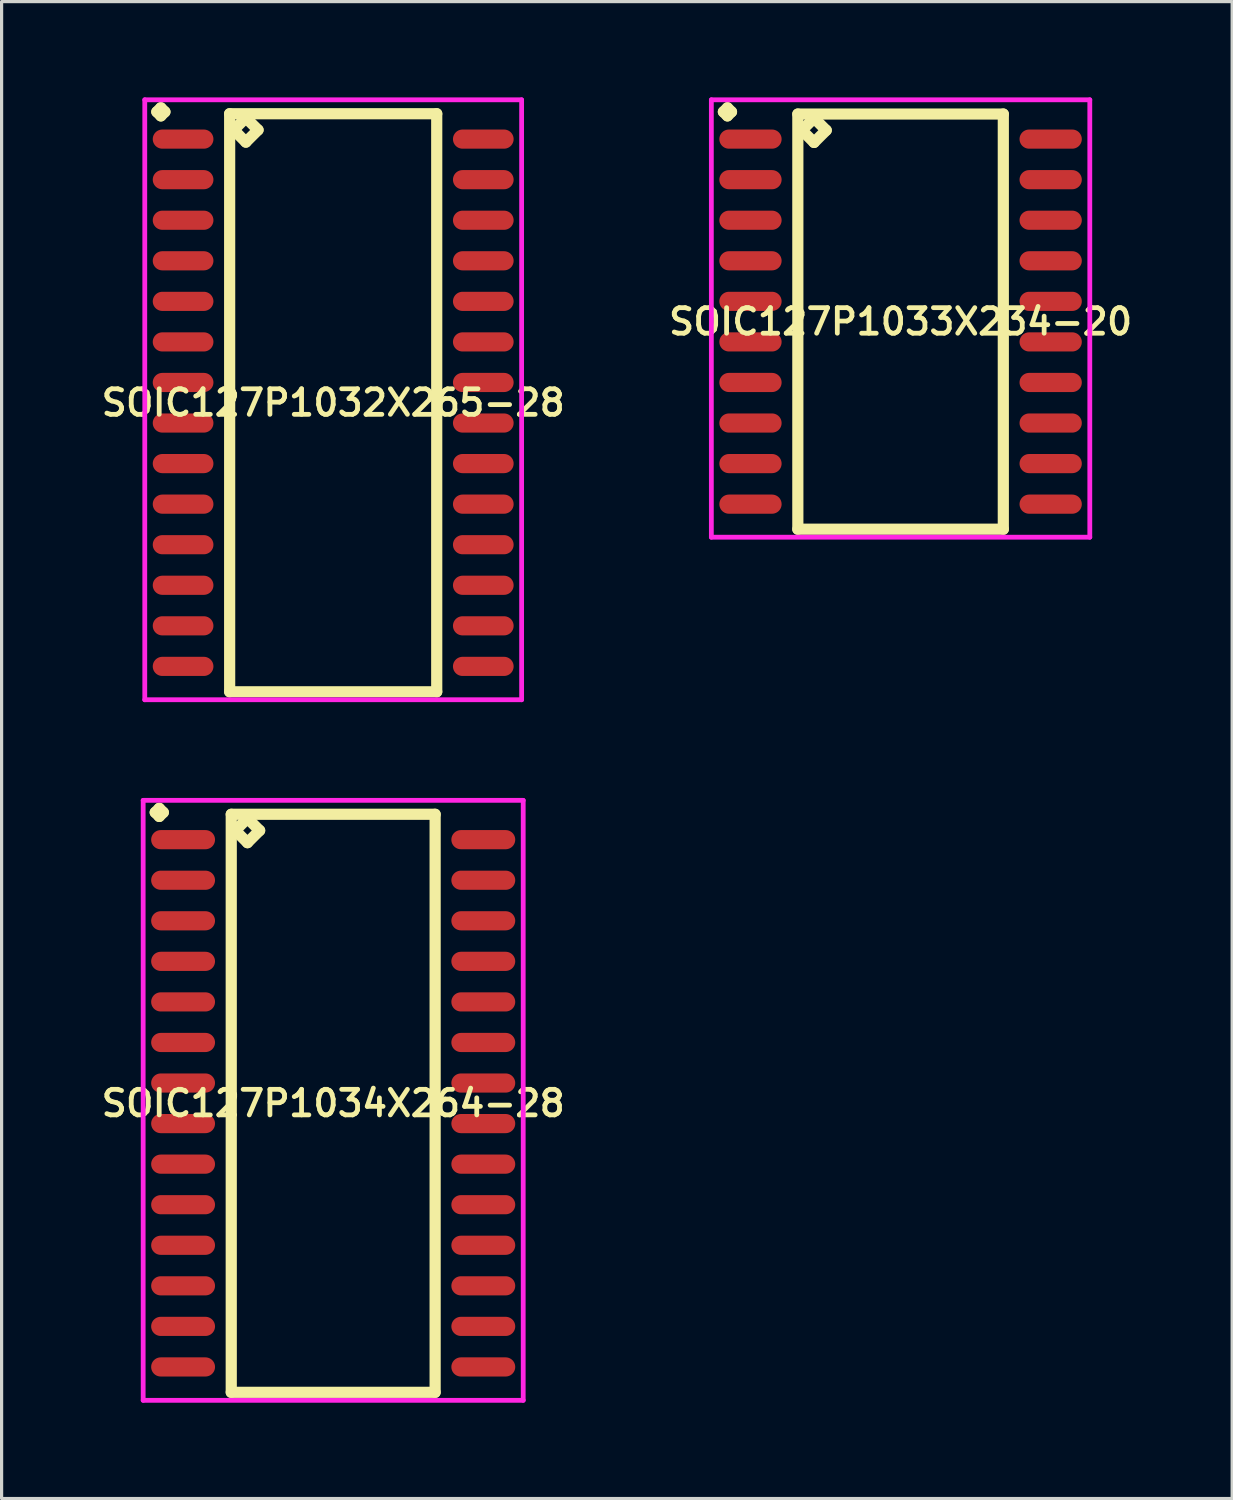
<source format=kicad_pcb>
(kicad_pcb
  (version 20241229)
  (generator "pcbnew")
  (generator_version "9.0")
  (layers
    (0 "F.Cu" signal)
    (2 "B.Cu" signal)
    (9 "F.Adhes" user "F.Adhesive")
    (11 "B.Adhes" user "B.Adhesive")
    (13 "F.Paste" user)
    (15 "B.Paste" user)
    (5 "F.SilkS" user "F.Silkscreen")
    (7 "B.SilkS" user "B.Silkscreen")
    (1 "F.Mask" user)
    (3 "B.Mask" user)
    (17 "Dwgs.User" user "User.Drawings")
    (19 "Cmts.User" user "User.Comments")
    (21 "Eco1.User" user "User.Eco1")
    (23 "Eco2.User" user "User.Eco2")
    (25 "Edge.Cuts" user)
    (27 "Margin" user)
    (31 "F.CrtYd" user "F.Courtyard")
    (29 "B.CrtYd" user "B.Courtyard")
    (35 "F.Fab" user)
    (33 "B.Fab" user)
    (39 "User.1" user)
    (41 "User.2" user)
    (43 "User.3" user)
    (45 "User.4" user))
  (footprint "SOIC127P1033X234-20"
    (layer "F.Cu")
    (at 25.149 7.021)
    (property "Reference" "SOIC127P1033X234-20" (at 0 0 0) (layer "F.SilkS") (effects (font (size 0.8 0.8) (thickness 0.15))))
    (attr through_hole)
    (fp_line (start -5.548 -6.569) (end -5.421 -6.696) (stroke (width 0.35) (type solid)) (layer "F.SilkS"))
    (fp_line (start -5.421 -6.696) (end -5.294 -6.569) (stroke (width 0.35) (type solid)) (layer "F.SilkS"))
    (fp_line (start -5.421 -6.442) (end -5.548 -6.569) (stroke (width 0.35) (type solid)) (layer "F.SilkS"))
    (fp_line (start -5.294 -6.569) (end -5.421 -6.442) (stroke (width 0.35) (type solid)) (layer "F.SilkS"))
    (fp_line (start -3.217 -6.5) (end -3.217 6.5) (stroke (width 0.35) (type solid)) (layer "F.SilkS"))
    (fp_line (start -3.217 6.5) (end 3.217 6.5) (stroke (width 0.35) (type solid)) (layer "F.SilkS"))
    (fp_line (start -3.09 -5.992) (end -2.709 -6.373) (stroke (width 0.35) (type solid)) (layer "F.SilkS"))
    (fp_line (start -2.709 -6.373) (end -2.328 -5.992) (stroke (width 0.35) (type solid)) (layer "F.SilkS"))
    (fp_line (start -2.709 -5.611) (end -3.09 -5.992) (stroke (width 0.35) (type solid)) (layer "F.SilkS"))
    (fp_line (start -2.328 -5.992) (end -2.709 -5.611) (stroke (width 0.35) (type solid)) (layer "F.SilkS"))
    (fp_line (start 3.217 -6.5) (end -3.217 -6.5) (stroke (width 0.35) (type solid)) (layer "F.SilkS"))
    (fp_line (start 3.217 6.5) (end 3.217 -6.5) (stroke (width 0.35) (type solid)) (layer "F.SilkS"))
    (fp_line (start -5.925 -6.946) (end 5.925 -6.946) (stroke (width 0.15) (type solid)) (layer "F.CrtYd"))
    (fp_line (start -5.925 6.75) (end -5.925 -6.946) (stroke (width 0.15) (type solid)) (layer "F.CrtYd"))
    (fp_line (start 5.925 -6.946) (end 5.925 6.75) (stroke (width 0.15) (type solid)) (layer "F.CrtYd"))
    (fp_line (start 5.925 6.75) (end -5.925 6.75) (stroke (width 0.15) (type solid)) (layer "F.CrtYd"))
    (pad "1" smd oval (at -4.7 -5.715) (size 1.95 0.6) (layers "F.Cu" "F.Mask" "F.Paste"))
    (pad "2" smd oval (at -4.7 -4.445) (size 1.95 0.6) (layers "F.Cu" "F.Mask" "F.Paste"))
    (pad "3" smd oval (at -4.7 -3.175) (size 1.95 0.6) (layers "F.Cu" "F.Mask" "F.Paste"))
    (pad "4" smd oval (at -4.7 -1.905) (size 1.95 0.6) (layers "F.Cu" "F.Mask" "F.Paste"))
    (pad "5" smd oval (at -4.7 -0.635) (size 1.95 0.6) (layers "F.Cu" "F.Mask" "F.Paste"))
    (pad "6" smd oval (at -4.7 0.635) (size 1.95 0.6) (layers "F.Cu" "F.Mask" "F.Paste"))
    (pad "7" smd oval (at -4.7 1.905) (size 1.95 0.6) (layers "F.Cu" "F.Mask" "F.Paste"))
    (pad "8" smd oval (at -4.7 3.175) (size 1.95 0.6) (layers "F.Cu" "F.Mask" "F.Paste"))
    (pad "9" smd oval (at -4.7 4.445) (size 1.95 0.6) (layers "F.Cu" "F.Mask" "F.Paste"))
    (pad "10" smd oval (at -4.7 5.715) (size 1.95 0.6) (layers "F.Cu" "F.Mask" "F.Paste"))
    (pad "11" smd oval (at 4.7 5.715) (size 1.95 0.6) (layers "F.Cu" "F.Mask" "F.Paste"))
    (pad "12" smd oval (at 4.7 4.445) (size 1.95 0.6) (layers "F.Cu" "F.Mask" "F.Paste"))
    (pad "13" smd oval (at 4.7 3.175) (size 1.95 0.6) (layers "F.Cu" "F.Mask" "F.Paste"))
    (pad "14" smd oval (at 4.7 1.905) (size 1.95 0.6) (layers "F.Cu" "F.Mask" "F.Paste"))
    (pad "15" smd oval (at 4.7 0.635) (size 1.95 0.6) (layers "F.Cu" "F.Mask" "F.Paste"))
    (pad "16" smd oval (at 4.7 -0.635) (size 1.95 0.6) (layers "F.Cu" "F.Mask" "F.Paste"))
    (pad "17" smd oval (at 4.7 -1.905) (size 1.95 0.6) (layers "F.Cu" "F.Mask" "F.Paste"))
    (pad "18" smd oval (at 4.7 -3.175) (size 1.95 0.6) (layers "F.Cu" "F.Mask" "F.Paste"))
    (pad "19" smd oval (at 4.7 -4.445) (size 1.95 0.6) (layers "F.Cu" "F.Mask" "F.Paste"))
    (pad "20" smd oval (at 4.7 -5.715) (size 1.95 0.6) (layers "F.Cu" "F.Mask" "F.Paste")))
  (footprint "SOIC127P1034X264-28"
    (layer "F.Cu")
    (at 7.383 31.497)
    (property "Reference" "SOIC127P1034X264-28" (at 0 0 0) (layer "F.SilkS") (effects (font (size 0.8 0.8) (thickness 0.15))))
    (attr smd)
    (fp_line (start -5.573 -9.109) (end -5.446 -9.236) (stroke (width 0.35) (type solid)) (layer "F.SilkS"))
    (fp_line (start -5.446 -9.236) (end -5.319 -9.109) (stroke (width 0.35) (type solid)) (layer "F.SilkS"))
    (fp_line (start -5.446 -8.982) (end -5.573 -9.109) (stroke (width 0.35) (type solid)) (layer "F.SilkS"))
    (fp_line (start -5.319 -9.109) (end -5.446 -8.982) (stroke (width 0.35) (type solid)) (layer "F.SilkS"))
    (fp_line (start -3.192 -9.05) (end -3.192 9.05) (stroke (width 0.35) (type solid)) (layer "F.SilkS"))
    (fp_line (start -3.192 9.05) (end 3.192 9.05) (stroke (width 0.35) (type solid)) (layer "F.SilkS"))
    (fp_line (start -3.065 -8.542) (end -2.684 -8.923) (stroke (width 0.35) (type solid)) (layer "F.SilkS"))
    (fp_line (start -2.684 -8.923) (end -2.303 -8.542) (stroke (width 0.35) (type solid)) (layer "F.SilkS"))
    (fp_line (start -2.684 -8.161) (end -3.065 -8.542) (stroke (width 0.35) (type solid)) (layer "F.SilkS"))
    (fp_line (start -2.303 -8.542) (end -2.684 -8.161) (stroke (width 0.35) (type solid)) (layer "F.SilkS"))
    (fp_line (start 3.192 -9.05) (end -3.192 -9.05) (stroke (width 0.35) (type solid)) (layer "F.SilkS"))
    (fp_line (start 3.192 9.05) (end 3.192 -9.05) (stroke (width 0.35) (type solid)) (layer "F.SilkS"))
    (fp_line (start -5.95 -9.486) (end 5.95 -9.486) (stroke (width 0.15) (type solid)) (layer "F.CrtYd"))
    (fp_line (start -5.95 9.3) (end -5.95 -9.486) (stroke (width 0.15) (type solid)) (layer "F.CrtYd"))
    (fp_line (start 5.95 -9.486) (end 5.95 9.3) (stroke (width 0.15) (type solid)) (layer "F.CrtYd"))
    (fp_line (start 5.95 9.3) (end -5.95 9.3) (stroke (width 0.15) (type solid)) (layer "F.CrtYd"))
    (pad "1" smd oval (at -4.7 -8.255) (size 2 0.6) (layers "F.Cu" "F.Mask" "F.Paste"))
    (pad "2" smd oval (at -4.7 -6.985) (size 2 0.6) (layers "F.Cu" "F.Mask" "F.Paste"))
    (pad "3" smd oval (at -4.7 -5.715) (size 2 0.6) (layers "F.Cu" "F.Mask" "F.Paste"))
    (pad "4" smd oval (at -4.7 -4.445) (size 2 0.6) (layers "F.Cu" "F.Mask" "F.Paste"))
    (pad "5" smd oval (at -4.7 -3.175) (size 2 0.6) (layers "F.Cu" "F.Mask" "F.Paste"))
    (pad "6" smd oval (at -4.7 -1.905) (size 2 0.6) (layers "F.Cu" "F.Mask" "F.Paste"))
    (pad "7" smd oval (at -4.7 -0.635) (size 2 0.6) (layers "F.Cu" "F.Mask" "F.Paste"))
    (pad "8" smd oval (at -4.7 0.635) (size 2 0.6) (layers "F.Cu" "F.Mask" "F.Paste"))
    (pad "9" smd oval (at -4.7 1.905) (size 2 0.6) (layers "F.Cu" "F.Mask" "F.Paste"))
    (pad "10" smd oval (at -4.7 3.175) (size 2 0.6) (layers "F.Cu" "F.Mask" "F.Paste"))
    (pad "11" smd oval (at -4.7 4.445) (size 2 0.6) (layers "F.Cu" "F.Mask" "F.Paste"))
    (pad "12" smd oval (at -4.7 5.715) (size 2 0.6) (layers "F.Cu" "F.Mask" "F.Paste"))
    (pad "13" smd oval (at -4.7 6.985) (size 2 0.6) (layers "F.Cu" "F.Mask" "F.Paste"))
    (pad "14" smd oval (at -4.7 8.255) (size 2 0.6) (layers "F.Cu" "F.Mask" "F.Paste"))
    (pad "15" smd oval (at 4.7 8.255) (size 2 0.6) (layers "F.Cu" "F.Mask" "F.Paste"))
    (pad "16" smd oval (at 4.7 6.985) (size 2 0.6) (layers "F.Cu" "F.Mask" "F.Paste"))
    (pad "17" smd oval (at 4.7 5.715) (size 2 0.6) (layers "F.Cu" "F.Mask" "F.Paste"))
    (pad "18" smd oval (at 4.7 4.445) (size 2 0.6) (layers "F.Cu" "F.Mask" "F.Paste"))
    (pad "19" smd oval (at 4.7 3.175) (size 2 0.6) (layers "F.Cu" "F.Mask" "F.Paste"))
    (pad "20" smd oval (at 4.7 1.905) (size 2 0.6) (layers "F.Cu" "F.Mask" "F.Paste"))
    (pad "21" smd oval (at 4.7 0.635) (size 2 0.6) (layers "F.Cu" "F.Mask" "F.Paste"))
    (pad "22" smd oval (at 4.7 -0.635) (size 2 0.6) (layers "F.Cu" "F.Mask" "F.Paste"))
    (pad "23" smd oval (at 4.7 -1.905) (size 2 0.6) (layers "F.Cu" "F.Mask" "F.Paste"))
    (pad "24" smd oval (at 4.7 -3.175) (size 2 0.6) (layers "F.Cu" "F.Mask" "F.Paste"))
    (pad "25" smd oval (at 4.7 -4.445) (size 2 0.6) (layers "F.Cu" "F.Mask" "F.Paste"))
    (pad "26" smd oval (at 4.7 -5.715) (size 2 0.6) (layers "F.Cu" "F.Mask" "F.Paste"))
    (pad "27" smd oval (at 4.7 -6.985) (size 2 0.6) (layers "F.Cu" "F.Mask" "F.Paste"))
    (pad "28" smd oval (at 4.7 -8.255) (size 2 0.6) (layers "F.Cu" "F.Mask" "F.Paste")))
  (footprint "SOIC127P1032X265-28"
    (layer "F.Cu")
    (at 7.383 9.561)
    (property "Reference" "SOIC127P1032X265-28" (at 0 0 0) (layer "F.SilkS") (effects (font (size 0.8 0.8) (thickness 0.15))))
    (attr through_hole)
    (fp_line (start -5.523 -9.109) (end -5.396 -9.236) (stroke (width 0.35) (type solid)) (layer "F.SilkS"))
    (fp_line (start -5.396 -9.236) (end -5.269 -9.109) (stroke (width 0.35) (type solid)) (layer "F.SilkS"))
    (fp_line (start -5.396 -8.982) (end -5.523 -9.109) (stroke (width 0.35) (type solid)) (layer "F.SilkS"))
    (fp_line (start -5.269 -9.109) (end -5.396 -8.982) (stroke (width 0.35) (type solid)) (layer "F.SilkS"))
    (fp_line (start -3.242 -9.05) (end -3.242 9.05) (stroke (width 0.35) (type solid)) (layer "F.SilkS"))
    (fp_line (start -3.242 9.05) (end 3.242 9.05) (stroke (width 0.35) (type solid)) (layer "F.SilkS"))
    (fp_line (start -3.115 -8.542) (end -2.734 -8.923) (stroke (width 0.35) (type solid)) (layer "F.SilkS"))
    (fp_line (start -2.734 -8.923) (end -2.353 -8.542) (stroke (width 0.35) (type solid)) (layer "F.SilkS"))
    (fp_line (start -2.734 -8.161) (end -3.115 -8.542) (stroke (width 0.35) (type solid)) (layer "F.SilkS"))
    (fp_line (start -2.353 -8.542) (end -2.734 -8.161) (stroke (width 0.35) (type solid)) (layer "F.SilkS"))
    (fp_line (start 3.242 -9.05) (end -3.242 -9.05) (stroke (width 0.35) (type solid)) (layer "F.SilkS"))
    (fp_line (start 3.242 9.05) (end 3.242 -9.05) (stroke (width 0.35) (type solid)) (layer "F.SilkS"))
    (fp_line (start -5.9 -9.486) (end 5.9 -9.486) (stroke (width 0.15) (type solid)) (layer "F.CrtYd"))
    (fp_line (start -5.9 9.3) (end -5.9 -9.486) (stroke (width 0.15) (type solid)) (layer "F.CrtYd"))
    (fp_line (start 5.9 -9.486) (end 5.9 9.3) (stroke (width 0.15) (type solid)) (layer "F.CrtYd"))
    (fp_line (start 5.9 9.3) (end -5.9 9.3) (stroke (width 0.15) (type solid)) (layer "F.CrtYd"))
    (pad "1" smd oval (at -4.7 -8.255) (size 1.9 0.6) (layers "F.Cu" "F.Mask" "F.Paste"))
    (pad "2" smd oval (at -4.7 -6.985) (size 1.9 0.6) (layers "F.Cu" "F.Mask" "F.Paste"))
    (pad "3" smd oval (at -4.7 -5.715) (size 1.9 0.6) (layers "F.Cu" "F.Mask" "F.Paste"))
    (pad "4" smd oval (at -4.7 -4.445) (size 1.9 0.6) (layers "F.Cu" "F.Mask" "F.Paste"))
    (pad "5" smd oval (at -4.7 -3.175) (size 1.9 0.6) (layers "F.Cu" "F.Mask" "F.Paste"))
    (pad "6" smd oval (at -4.7 -1.905) (size 1.9 0.6) (layers "F.Cu" "F.Mask" "F.Paste"))
    (pad "7" smd oval (at -4.7 -0.635) (size 1.9 0.6) (layers "F.Cu" "F.Mask" "F.Paste"))
    (pad "8" smd oval (at -4.7 0.635) (size 1.9 0.6) (layers "F.Cu" "F.Mask" "F.Paste"))
    (pad "9" smd oval (at -4.7 1.905) (size 1.9 0.6) (layers "F.Cu" "F.Mask" "F.Paste"))
    (pad "10" smd oval (at -4.7 3.175) (size 1.9 0.6) (layers "F.Cu" "F.Mask" "F.Paste"))
    (pad "11" smd oval (at -4.7 4.445) (size 1.9 0.6) (layers "F.Cu" "F.Mask" "F.Paste"))
    (pad "12" smd oval (at -4.7 5.715) (size 1.9 0.6) (layers "F.Cu" "F.Mask" "F.Paste"))
    (pad "13" smd oval (at -4.7 6.985) (size 1.9 0.6) (layers "F.Cu" "F.Mask" "F.Paste"))
    (pad "14" smd oval (at -4.7 8.255) (size 1.9 0.6) (layers "F.Cu" "F.Mask" "F.Paste"))
    (pad "15" smd oval (at 4.7 8.255) (size 1.9 0.6) (layers "F.Cu" "F.Mask" "F.Paste"))
    (pad "16" smd oval (at 4.7 6.985) (size 1.9 0.6) (layers "F.Cu" "F.Mask" "F.Paste"))
    (pad "17" smd oval (at 4.7 5.715) (size 1.9 0.6) (layers "F.Cu" "F.Mask" "F.Paste"))
    (pad "18" smd oval (at 4.7 4.445) (size 1.9 0.6) (layers "F.Cu" "F.Mask" "F.Paste"))
    (pad "19" smd oval (at 4.7 3.175) (size 1.9 0.6) (layers "F.Cu" "F.Mask" "F.Paste"))
    (pad "20" smd oval (at 4.7 1.905) (size 1.9 0.6) (layers "F.Cu" "F.Mask" "F.Paste"))
    (pad "21" smd oval (at 4.7 0.635) (size 1.9 0.6) (layers "F.Cu" "F.Mask" "F.Paste"))
    (pad "22" smd oval (at 4.7 -0.635) (size 1.9 0.6) (layers "F.Cu" "F.Mask" "F.Paste"))
    (pad "23" smd oval (at 4.7 -1.905) (size 1.9 0.6) (layers "F.Cu" "F.Mask" "F.Paste"))
    (pad "24" smd oval (at 4.7 -3.175) (size 1.9 0.6) (layers "F.Cu" "F.Mask" "F.Paste"))
    (pad "25" smd oval (at 4.7 -4.445) (size 1.9 0.6) (layers "F.Cu" "F.Mask" "F.Paste"))
    (pad "26" smd oval (at 4.7 -5.715) (size 1.9 0.6) (layers "F.Cu" "F.Mask" "F.Paste"))
    (pad "27" smd oval (at 4.7 -6.985) (size 1.9 0.6) (layers "F.Cu" "F.Mask" "F.Paste"))
    (pad "28" smd oval (at 4.7 -8.255) (size 1.9 0.6) (layers "F.Cu" "F.Mask" "F.Paste")))
  (gr_rect
    (start -3 -3)
    (end 35.532 43.872)
    (stroke (width 0.1) (type default))
    (fill no)
    (layer "Edge.Cuts")))
</source>
